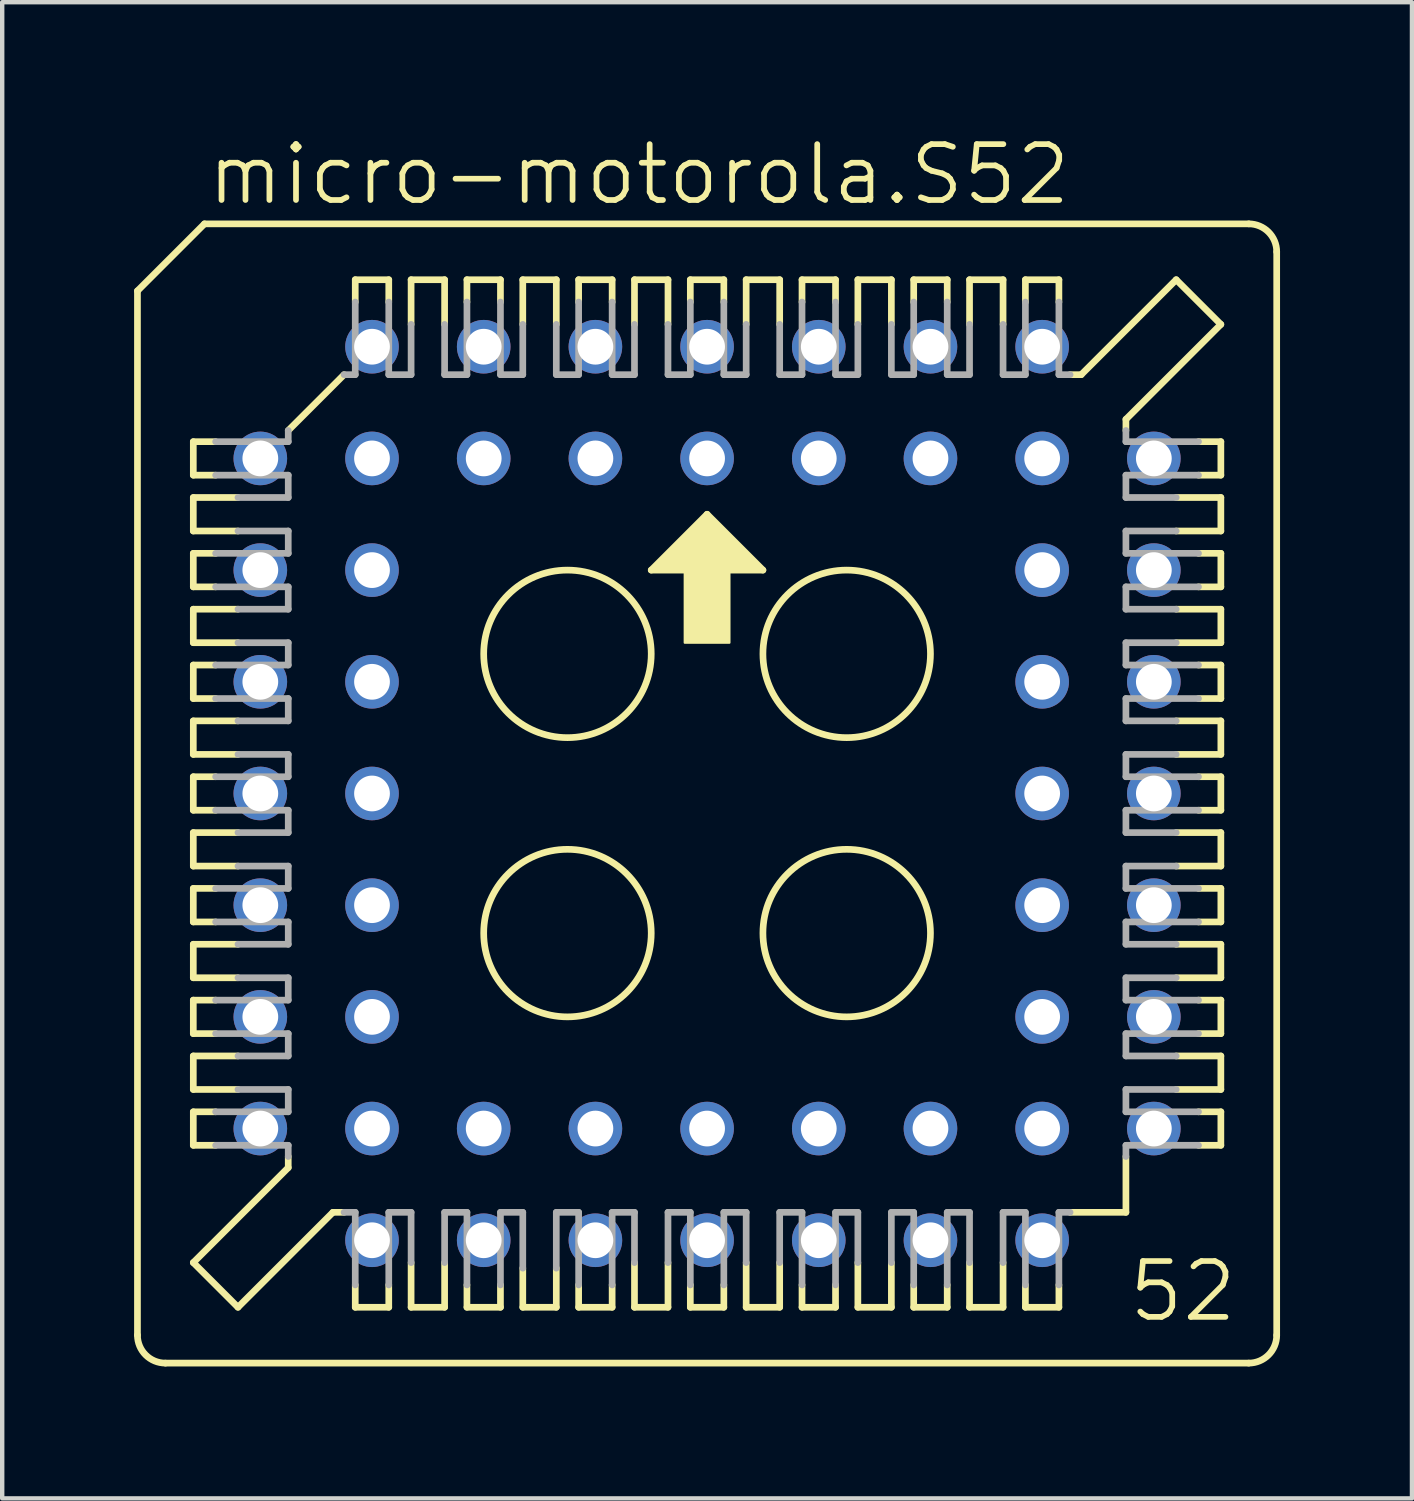
<source format=kicad_pcb>
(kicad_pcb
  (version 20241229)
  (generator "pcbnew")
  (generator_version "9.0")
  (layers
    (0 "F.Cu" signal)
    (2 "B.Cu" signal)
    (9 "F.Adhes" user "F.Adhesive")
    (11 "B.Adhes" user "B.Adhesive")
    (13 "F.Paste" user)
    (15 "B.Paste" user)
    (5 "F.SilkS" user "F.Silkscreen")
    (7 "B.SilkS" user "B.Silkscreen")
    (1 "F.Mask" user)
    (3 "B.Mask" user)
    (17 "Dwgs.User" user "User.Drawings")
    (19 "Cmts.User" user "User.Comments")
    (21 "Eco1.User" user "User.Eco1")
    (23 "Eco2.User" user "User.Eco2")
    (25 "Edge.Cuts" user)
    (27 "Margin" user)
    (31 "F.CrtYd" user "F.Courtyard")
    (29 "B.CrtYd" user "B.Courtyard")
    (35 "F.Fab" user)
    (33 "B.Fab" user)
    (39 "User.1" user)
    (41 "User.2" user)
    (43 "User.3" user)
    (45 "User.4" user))
  (footprint "micro-motorola.S52"
    (layer "F.Cu")
    (at 13.03 14.995)
    (property "Reference" "micro-motorola.S52" (at -11.43 -13.335 0) (layer "F.SilkS") (effects (font (size 1.27 1.27) (thickness 0.13)) (justify left bottom)))
    (attr through_hole)
    (fp_line (start -12.954 -11.43) (end -12.954 12.319) (stroke (width 0.152) (type default)) (layer "F.SilkS"))
    (fp_line (start -11.684 -8.001) (end -11.684 -7.239) (stroke (width 0.152) (type default)) (layer "F.SilkS"))
    (fp_line (start -11.684 -7.239) (end -11.176 -7.239) (stroke (width 0.152) (type default)) (layer "F.SilkS"))
    (fp_line (start -11.684 -6.731) (end -11.684 -5.969) (stroke (width 0.152) (type default)) (layer "F.SilkS"))
    (fp_line (start -11.684 -5.969) (end -10.668 -5.969) (stroke (width 0.152) (type default)) (layer "F.SilkS"))
    (fp_line (start -11.684 -5.461) (end -11.684 -4.699) (stroke (width 0.152) (type default)) (layer "F.SilkS"))
    (fp_line (start -11.684 -4.699) (end -11.176 -4.699) (stroke (width 0.152) (type default)) (layer "F.SilkS"))
    (fp_line (start -11.684 -4.191) (end -11.684 -3.429) (stroke (width 0.152) (type default)) (layer "F.SilkS"))
    (fp_line (start -11.684 -3.429) (end -10.668 -3.429) (stroke (width 0.152) (type default)) (layer "F.SilkS"))
    (fp_line (start -11.684 -2.921) (end -11.684 -2.159) (stroke (width 0.152) (type default)) (layer "F.SilkS"))
    (fp_line (start -11.684 -2.159) (end -11.176 -2.159) (stroke (width 0.152) (type default)) (layer "F.SilkS"))
    (fp_line (start -11.684 -1.651) (end -10.668 -1.651) (stroke (width 0.152) (type default)) (layer "F.SilkS"))
    (fp_line (start -11.684 -0.889) (end -11.684 -1.651) (stroke (width 0.152) (type default)) (layer "F.SilkS"))
    (fp_line (start -11.684 -0.381) (end -11.176 -0.381) (stroke (width 0.152) (type default)) (layer "F.SilkS"))
    (fp_line (start -11.684 0.381) (end -11.684 -0.381) (stroke (width 0.152) (type default)) (layer "F.SilkS"))
    (fp_line (start -11.684 0.889) (end -10.668 0.889) (stroke (width 0.152) (type default)) (layer "F.SilkS"))
    (fp_line (start -11.684 1.651) (end -11.684 0.889) (stroke (width 0.152) (type default)) (layer "F.SilkS"))
    (fp_line (start -11.684 2.159) (end -11.176 2.159) (stroke (width 0.152) (type default)) (layer "F.SilkS"))
    (fp_line (start -11.684 2.921) (end -11.684 2.159) (stroke (width 0.152) (type default)) (layer "F.SilkS"))
    (fp_line (start -11.684 3.429) (end -10.668 3.429) (stroke (width 0.152) (type default)) (layer "F.SilkS"))
    (fp_line (start -11.684 4.191) (end -11.684 3.429) (stroke (width 0.152) (type default)) (layer "F.SilkS"))
    (fp_line (start -11.684 4.699) (end -11.176 4.699) (stroke (width 0.152) (type default)) (layer "F.SilkS"))
    (fp_line (start -11.684 5.461) (end -11.684 4.699) (stroke (width 0.152) (type default)) (layer "F.SilkS"))
    (fp_line (start -11.684 5.969) (end -11.684 6.731) (stroke (width 0.152) (type default)) (layer "F.SilkS"))
    (fp_line (start -11.684 6.731) (end -10.668 6.731) (stroke (width 0.152) (type default)) (layer "F.SilkS"))
    (fp_line (start -11.684 7.239) (end -11.176 7.239) (stroke (width 0.152) (type default)) (layer "F.SilkS"))
    (fp_line (start -11.684 8.001) (end -11.684 7.239) (stroke (width 0.152) (type default)) (layer "F.SilkS"))
    (fp_line (start -11.684 10.668) (end -9.525 8.509) (stroke (width 0.152) (type default)) (layer "F.SilkS"))
    (fp_line (start -11.43 -12.954) (end -12.954 -11.43) (stroke (width 0.152) (type default)) (layer "F.SilkS"))
    (fp_line (start -11.176 -8.001) (end -11.684 -8.001) (stroke (width 0.152) (type default)) (layer "F.SilkS"))
    (fp_line (start -11.176 -5.461) (end -11.684 -5.461) (stroke (width 0.152) (type default)) (layer "F.SilkS"))
    (fp_line (start -11.176 -2.921) (end -11.684 -2.921) (stroke (width 0.152) (type default)) (layer "F.SilkS"))
    (fp_line (start -11.176 0.381) (end -11.684 0.381) (stroke (width 0.152) (type default)) (layer "F.SilkS"))
    (fp_line (start -11.176 2.921) (end -11.684 2.921) (stroke (width 0.152) (type default)) (layer "F.SilkS"))
    (fp_line (start -11.176 5.461) (end -11.684 5.461) (stroke (width 0.152) (type default)) (layer "F.SilkS"))
    (fp_line (start -11.176 8.001) (end -11.684 8.001) (stroke (width 0.152) (type default)) (layer "F.SilkS"))
    (fp_line (start -10.668 -6.731) (end -11.684 -6.731) (stroke (width 0.152) (type default)) (layer "F.SilkS"))
    (fp_line (start -10.668 -4.191) (end -11.684 -4.191) (stroke (width 0.152) (type default)) (layer "F.SilkS"))
    (fp_line (start -10.668 -0.889) (end -11.684 -0.889) (stroke (width 0.152) (type default)) (layer "F.SilkS"))
    (fp_line (start -10.668 1.651) (end -11.684 1.651) (stroke (width 0.152) (type default)) (layer "F.SilkS"))
    (fp_line (start -10.668 4.191) (end -11.684 4.191) (stroke (width 0.152) (type default)) (layer "F.SilkS"))
    (fp_line (start -10.668 5.969) (end -11.684 5.969) (stroke (width 0.152) (type default)) (layer "F.SilkS"))
    (fp_line (start -10.668 11.684) (end -11.684 10.668) (stroke (width 0.152) (type default)) (layer "F.SilkS"))
    (fp_line (start -10.668 11.684) (end -8.509 9.525) (stroke (width 0.152) (type default)) (layer "F.SilkS"))
    (fp_line (start -9.525 -8.255) (end -8.255 -9.525) (stroke (width 0.152) (type default)) (layer "F.SilkS"))
    (fp_line (start -9.525 8.509) (end -9.525 8.255) (stroke (width 0.152) (type default)) (layer "F.SilkS"))
    (fp_line (start -8.509 9.525) (end -8.255 9.525) (stroke (width 0.152) (type default)) (layer "F.SilkS"))
    (fp_line (start -8.001 -11.684) (end -8.001 -11.176) (stroke (width 0.152) (type default)) (layer "F.SilkS"))
    (fp_line (start -8.001 11.176) (end -8.001 11.684) (stroke (width 0.152) (type default)) (layer "F.SilkS"))
    (fp_line (start -8.001 11.684) (end -7.239 11.684) (stroke (width 0.152) (type default)) (layer "F.SilkS"))
    (fp_line (start -7.239 -11.684) (end -8.001 -11.684) (stroke (width 0.152) (type default)) (layer "F.SilkS"))
    (fp_line (start -7.239 -11.176) (end -7.239 -11.684) (stroke (width 0.152) (type default)) (layer "F.SilkS"))
    (fp_line (start -7.239 11.684) (end -7.239 11.176) (stroke (width 0.152) (type default)) (layer "F.SilkS"))
    (fp_line (start -6.731 -11.684) (end -6.731 -10.668) (stroke (width 0.152) (type default)) (layer "F.SilkS"))
    (fp_line (start -6.731 10.668) (end -6.731 11.684) (stroke (width 0.152) (type default)) (layer "F.SilkS"))
    (fp_line (start -6.731 11.684) (end -5.969 11.684) (stroke (width 0.152) (type default)) (layer "F.SilkS"))
    (fp_line (start -5.969 -11.684) (end -6.731 -11.684) (stroke (width 0.152) (type default)) (layer "F.SilkS"))
    (fp_line (start -5.969 -10.668) (end -5.969 -11.684) (stroke (width 0.152) (type default)) (layer "F.SilkS"))
    (fp_line (start -5.969 11.684) (end -5.969 10.668) (stroke (width 0.152) (type default)) (layer "F.SilkS"))
    (fp_line (start -5.461 -11.684) (end -5.461 -11.176) (stroke (width 0.152) (type default)) (layer "F.SilkS"))
    (fp_line (start -5.461 11.176) (end -5.461 11.684) (stroke (width 0.152) (type default)) (layer "F.SilkS"))
    (fp_line (start -5.461 11.684) (end -4.699 11.684) (stroke (width 0.152) (type default)) (layer "F.SilkS"))
    (fp_line (start -4.699 -11.684) (end -5.461 -11.684) (stroke (width 0.152) (type default)) (layer "F.SilkS"))
    (fp_line (start -4.699 -11.176) (end -4.699 -11.684) (stroke (width 0.152) (type default)) (layer "F.SilkS"))
    (fp_line (start -4.699 11.684) (end -4.699 11.176) (stroke (width 0.152) (type default)) (layer "F.SilkS"))
    (fp_line (start -4.191 -11.684) (end -4.191 -10.668) (stroke (width 0.152) (type default)) (layer "F.SilkS"))
    (fp_line (start -4.191 10.795) (end -4.191 11.684) (stroke (width 0.152) (type default)) (layer "F.SilkS"))
    (fp_line (start -4.191 11.684) (end -3.429 11.684) (stroke (width 0.152) (type default)) (layer "F.SilkS"))
    (fp_line (start -3.429 -11.684) (end -4.191 -11.684) (stroke (width 0.152) (type default)) (layer "F.SilkS"))
    (fp_line (start -3.429 -10.668) (end -3.429 -11.684) (stroke (width 0.152) (type default)) (layer "F.SilkS"))
    (fp_line (start -3.429 11.684) (end -3.429 10.795) (stroke (width 0.152) (type default)) (layer "F.SilkS"))
    (fp_line (start -2.921 -11.684) (end -2.921 -11.176) (stroke (width 0.152) (type default)) (layer "F.SilkS"))
    (fp_line (start -2.921 11.176) (end -2.921 11.684) (stroke (width 0.152) (type default)) (layer "F.SilkS"))
    (fp_line (start -2.921 11.684) (end -2.159 11.684) (stroke (width 0.152) (type default)) (layer "F.SilkS"))
    (fp_line (start -2.159 -11.684) (end -2.921 -11.684) (stroke (width 0.152) (type default)) (layer "F.SilkS"))
    (fp_line (start -2.159 -11.176) (end -2.159 -11.684) (stroke (width 0.152) (type default)) (layer "F.SilkS"))
    (fp_line (start -2.159 11.684) (end -2.159 11.176) (stroke (width 0.152) (type default)) (layer "F.SilkS"))
    (fp_line (start -1.651 -11.684) (end -1.651 -10.668) (stroke (width 0.152) (type default)) (layer "F.SilkS"))
    (fp_line (start -1.651 10.668) (end -1.651 11.684) (stroke (width 0.152) (type default)) (layer "F.SilkS"))
    (fp_line (start -1.651 11.684) (end -0.889 11.684) (stroke (width 0.152) (type default)) (layer "F.SilkS"))
    (fp_line (start -1.27 -5.08) (end 1.27 -5.08) (stroke (width 0.152) (type default)) (layer "F.SilkS"))
    (fp_line (start -0.889 -11.684) (end -1.651 -11.684) (stroke (width 0.152) (type default)) (layer "F.SilkS"))
    (fp_line (start -0.889 -10.668) (end -0.889 -11.684) (stroke (width 0.152) (type default)) (layer "F.SilkS"))
    (fp_line (start -0.889 11.684) (end -0.889 10.668) (stroke (width 0.152) (type default)) (layer "F.SilkS"))
    (fp_line (start -0.381 -11.684) (end -0.381 -11.176) (stroke (width 0.152) (type default)) (layer "F.SilkS"))
    (fp_line (start -0.381 11.176) (end -0.381 11.684) (stroke (width 0.152) (type default)) (layer "F.SilkS"))
    (fp_line (start -0.381 11.684) (end 0.381 11.684) (stroke (width 0.152) (type default)) (layer "F.SilkS"))
    (fp_line (start 0 -6.35) (end -1.27 -5.08) (stroke (width 0.152) (type default)) (layer "F.SilkS"))
    (fp_line (start 0.381 -11.684) (end -0.381 -11.684) (stroke (width 0.152) (type default)) (layer "F.SilkS"))
    (fp_line (start 0.381 -11.176) (end 0.381 -11.684) (stroke (width 0.152) (type default)) (layer "F.SilkS"))
    (fp_line (start 0.381 11.684) (end 0.381 11.176) (stroke (width 0.152) (type default)) (layer "F.SilkS"))
    (fp_line (start 0.889 -11.684) (end 0.889 -10.668) (stroke (width 0.152) (type default)) (layer "F.SilkS"))
    (fp_line (start 0.889 10.668) (end 0.889 11.684) (stroke (width 0.152) (type default)) (layer "F.SilkS"))
    (fp_line (start 0.889 11.684) (end 1.651 11.684) (stroke (width 0.152) (type default)) (layer "F.SilkS"))
    (fp_line (start 1.27 -5.08) (end 0 -6.35) (stroke (width 0.152) (type default)) (layer "F.SilkS"))
    (fp_line (start 1.651 -11.684) (end 0.889 -11.684) (stroke (width 0.152) (type default)) (layer "F.SilkS"))
    (fp_line (start 1.651 -10.668) (end 1.651 -11.684) (stroke (width 0.152) (type default)) (layer "F.SilkS"))
    (fp_line (start 1.651 11.684) (end 1.651 10.668) (stroke (width 0.152) (type default)) (layer "F.SilkS"))
    (fp_line (start 2.159 -11.684) (end 2.159 -11.176) (stroke (width 0.152) (type default)) (layer "F.SilkS"))
    (fp_line (start 2.159 11.176) (end 2.159 11.684) (stroke (width 0.152) (type default)) (layer "F.SilkS"))
    (fp_line (start 2.159 11.684) (end 2.921 11.684) (stroke (width 0.152) (type default)) (layer "F.SilkS"))
    (fp_line (start 2.921 -11.684) (end 2.159 -11.684) (stroke (width 0.152) (type default)) (layer "F.SilkS"))
    (fp_line (start 2.921 -11.176) (end 2.921 -11.684) (stroke (width 0.152) (type default)) (layer "F.SilkS"))
    (fp_line (start 2.921 11.684) (end 2.921 11.176) (stroke (width 0.152) (type default)) (layer "F.SilkS"))
    (fp_line (start 3.429 -11.684) (end 3.429 -10.668) (stroke (width 0.152) (type default)) (layer "F.SilkS"))
    (fp_line (start 3.429 10.668) (end 3.429 11.684) (stroke (width 0.152) (type default)) (layer "F.SilkS"))
    (fp_line (start 3.429 11.684) (end 4.191 11.684) (stroke (width 0.152) (type default)) (layer "F.SilkS"))
    (fp_line (start 4.191 -11.684) (end 3.429 -11.684) (stroke (width 0.152) (type default)) (layer "F.SilkS"))
    (fp_line (start 4.191 -10.668) (end 4.191 -11.684) (stroke (width 0.152) (type default)) (layer "F.SilkS"))
    (fp_line (start 4.191 11.684) (end 4.191 10.668) (stroke (width 0.152) (type default)) (layer "F.SilkS"))
    (fp_line (start 4.699 -11.684) (end 4.699 -11.176) (stroke (width 0.152) (type default)) (layer "F.SilkS"))
    (fp_line (start 4.699 11.176) (end 4.699 11.684) (stroke (width 0.152) (type default)) (layer "F.SilkS"))
    (fp_line (start 4.699 11.684) (end 5.461 11.684) (stroke (width 0.152) (type default)) (layer "F.SilkS"))
    (fp_line (start 5.461 -11.684) (end 4.699 -11.684) (stroke (width 0.152) (type default)) (layer "F.SilkS"))
    (fp_line (start 5.461 -11.176) (end 5.461 -11.684) (stroke (width 0.152) (type default)) (layer "F.SilkS"))
    (fp_line (start 5.461 11.684) (end 5.461 11.176) (stroke (width 0.152) (type default)) (layer "F.SilkS"))
    (fp_line (start 5.969 -11.684) (end 5.969 -10.668) (stroke (width 0.152) (type default)) (layer "F.SilkS"))
    (fp_line (start 5.969 10.668) (end 5.969 11.684) (stroke (width 0.152) (type default)) (layer "F.SilkS"))
    (fp_line (start 5.969 11.684) (end 6.731 11.684) (stroke (width 0.152) (type default)) (layer "F.SilkS"))
    (fp_line (start 6.731 -11.684) (end 5.969 -11.684) (stroke (width 0.152) (type default)) (layer "F.SilkS"))
    (fp_line (start 6.731 -10.668) (end 6.731 -11.684) (stroke (width 0.152) (type default)) (layer "F.SilkS"))
    (fp_line (start 6.731 11.684) (end 6.731 10.668) (stroke (width 0.152) (type default)) (layer "F.SilkS"))
    (fp_line (start 7.239 -11.684) (end 7.239 -11.176) (stroke (width 0.152) (type default)) (layer "F.SilkS"))
    (fp_line (start 7.239 11.176) (end 7.239 11.684) (stroke (width 0.152) (type default)) (layer "F.SilkS"))
    (fp_line (start 7.239 11.684) (end 8.001 11.684) (stroke (width 0.152) (type default)) (layer "F.SilkS"))
    (fp_line (start 8.001 -11.684) (end 7.239 -11.684) (stroke (width 0.152) (type default)) (layer "F.SilkS"))
    (fp_line (start 8.001 -11.176) (end 8.001 -11.684) (stroke (width 0.152) (type default)) (layer "F.SilkS"))
    (fp_line (start 8.001 11.684) (end 8.001 11.176) (stroke (width 0.152) (type default)) (layer "F.SilkS"))
    (fp_line (start 8.255 9.525) (end 9.525 9.525) (stroke (width 0.152) (type default)) (layer "F.SilkS"))
    (fp_line (start 8.509 -9.525) (end 8.255 -9.525) (stroke (width 0.152) (type default)) (layer "F.SilkS"))
    (fp_line (start 9.525 -8.509) (end 9.525 -8.255) (stroke (width 0.152) (type default)) (layer "F.SilkS"))
    (fp_line (start 9.525 9.525) (end 9.525 8.255) (stroke (width 0.152) (type default)) (layer "F.SilkS"))
    (fp_line (start 10.668 -11.684) (end 8.509 -9.525) (stroke (width 0.152) (type default)) (layer "F.SilkS"))
    (fp_line (start 10.668 -5.969) (end 11.684 -5.969) (stroke (width 0.152) (type default)) (layer "F.SilkS"))
    (fp_line (start 10.668 -4.191) (end 11.684 -4.191) (stroke (width 0.152) (type default)) (layer "F.SilkS"))
    (fp_line (start 10.668 -1.651) (end 11.684 -1.651) (stroke (width 0.152) (type default)) (layer "F.SilkS"))
    (fp_line (start 10.668 0.889) (end 11.684 0.889) (stroke (width 0.152) (type default)) (layer "F.SilkS"))
    (fp_line (start 10.668 4.191) (end 11.684 4.191) (stroke (width 0.152) (type default)) (layer "F.SilkS"))
    (fp_line (start 10.668 6.731) (end 11.684 6.731) (stroke (width 0.152) (type default)) (layer "F.SilkS"))
    (fp_line (start 11.176 -8.001) (end 11.684 -8.001) (stroke (width 0.152) (type default)) (layer "F.SilkS"))
    (fp_line (start 11.176 -5.461) (end 11.684 -5.461) (stroke (width 0.152) (type default)) (layer "F.SilkS"))
    (fp_line (start 11.176 -2.921) (end 11.684 -2.921) (stroke (width 0.152) (type default)) (layer "F.SilkS"))
    (fp_line (start 11.176 -0.381) (end 11.684 -0.381) (stroke (width 0.152) (type default)) (layer "F.SilkS"))
    (fp_line (start 11.176 2.921) (end 11.684 2.921) (stroke (width 0.152) (type default)) (layer "F.SilkS"))
    (fp_line (start 11.176 5.461) (end 11.684 5.461) (stroke (width 0.152) (type default)) (layer "F.SilkS"))
    (fp_line (start 11.176 8.001) (end 11.684 8.001) (stroke (width 0.152) (type default)) (layer "F.SilkS"))
    (fp_line (start 11.684 -10.668) (end 9.525 -8.509) (stroke (width 0.152) (type default)) (layer "F.SilkS"))
    (fp_line (start 11.684 -10.668) (end 10.668 -11.684) (stroke (width 0.152) (type default)) (layer "F.SilkS"))
    (fp_line (start 11.684 -8.001) (end 11.684 -7.239) (stroke (width 0.152) (type default)) (layer "F.SilkS"))
    (fp_line (start 11.684 -7.239) (end 11.176 -7.239) (stroke (width 0.152) (type default)) (layer "F.SilkS"))
    (fp_line (start 11.684 -6.731) (end 10.668 -6.731) (stroke (width 0.152) (type default)) (layer "F.SilkS"))
    (fp_line (start 11.684 -5.969) (end 11.684 -6.731) (stroke (width 0.152) (type default)) (layer "F.SilkS"))
    (fp_line (start 11.684 -5.461) (end 11.684 -4.699) (stroke (width 0.152) (type default)) (layer "F.SilkS"))
    (fp_line (start 11.684 -4.699) (end 11.176 -4.699) (stroke (width 0.152) (type default)) (layer "F.SilkS"))
    (fp_line (start 11.684 -4.191) (end 11.684 -3.429) (stroke (width 0.152) (type default)) (layer "F.SilkS"))
    (fp_line (start 11.684 -3.429) (end 10.668 -3.429) (stroke (width 0.152) (type default)) (layer "F.SilkS"))
    (fp_line (start 11.684 -2.921) (end 11.684 -2.159) (stroke (width 0.152) (type default)) (layer "F.SilkS"))
    (fp_line (start 11.684 -2.159) (end 11.176 -2.159) (stroke (width 0.152) (type default)) (layer "F.SilkS"))
    (fp_line (start 11.684 -1.651) (end 11.684 -0.889) (stroke (width 0.152) (type default)) (layer "F.SilkS"))
    (fp_line (start 11.684 -0.889) (end 10.668 -0.889) (stroke (width 0.152) (type default)) (layer "F.SilkS"))
    (fp_line (start 11.684 -0.381) (end 11.684 0.381) (stroke (width 0.152) (type default)) (layer "F.SilkS"))
    (fp_line (start 11.684 0.381) (end 11.176 0.381) (stroke (width 0.152) (type default)) (layer "F.SilkS"))
    (fp_line (start 11.684 0.889) (end 11.684 1.651) (stroke (width 0.152) (type default)) (layer "F.SilkS"))
    (fp_line (start 11.684 1.651) (end 10.668 1.651) (stroke (width 0.152) (type default)) (layer "F.SilkS"))
    (fp_line (start 11.684 2.159) (end 11.176 2.159) (stroke (width 0.152) (type default)) (layer "F.SilkS"))
    (fp_line (start 11.684 2.921) (end 11.684 2.159) (stroke (width 0.152) (type default)) (layer "F.SilkS"))
    (fp_line (start 11.684 3.429) (end 10.668 3.429) (stroke (width 0.152) (type default)) (layer "F.SilkS"))
    (fp_line (start 11.684 4.191) (end 11.684 3.429) (stroke (width 0.152) (type default)) (layer "F.SilkS"))
    (fp_line (start 11.684 4.699) (end 11.176 4.699) (stroke (width 0.152) (type default)) (layer "F.SilkS"))
    (fp_line (start 11.684 5.461) (end 11.684 4.699) (stroke (width 0.152) (type default)) (layer "F.SilkS"))
    (fp_line (start 11.684 5.969) (end 10.668 5.969) (stroke (width 0.152) (type default)) (layer "F.SilkS"))
    (fp_line (start 11.684 6.731) (end 11.684 5.969) (stroke (width 0.152) (type default)) (layer "F.SilkS"))
    (fp_line (start 11.684 7.239) (end 11.176 7.239) (stroke (width 0.152) (type default)) (layer "F.SilkS"))
    (fp_line (start 11.684 8.001) (end 11.684 7.239) (stroke (width 0.152) (type default)) (layer "F.SilkS"))
    (fp_line (start 12.319 -12.954) (end -11.43 -12.954) (stroke (width 0.152) (type default)) (layer "F.SilkS"))
    (fp_line (start 12.319 12.954) (end -12.319 12.954) (stroke (width 0.152) (type default)) (layer "F.SilkS"))
    (fp_line (start 12.954 -12.319) (end 12.954 12.319) (stroke (width 0.152) (type default)) (layer "F.SilkS"))
    (fp_rect (start -1.143 -5.08) (end -0.889 -5.207) (stroke (width 0.05) (type default)) (fill yes) (layer "F.SilkS"))
    (fp_rect (start -1.016 -5.207) (end -0.889 -5.334) (stroke (width 0.05) (type default)) (fill yes) (layer "F.SilkS"))
    (fp_rect (start -0.889 -5.08) (end 0.889 -5.461) (stroke (width 0.05) (type default)) (fill yes) (layer "F.SilkS"))
    (fp_rect (start -0.762 -5.461) (end -0.635 -5.588) (stroke (width 0.05) (type default)) (fill yes) (layer "F.SilkS"))
    (fp_rect (start -0.635 -5.461) (end 0.635 -5.715) (stroke (width 0.05) (type default)) (fill yes) (layer "F.SilkS"))
    (fp_rect (start -0.508 -5.715) (end -0.381 -5.842) (stroke (width 0.05) (type default)) (fill yes) (layer "F.SilkS"))
    (fp_rect (start -0.508 -3.429) (end 0.508 -5.334) (stroke (width 0.05) (type default)) (fill yes) (layer "F.SilkS"))
    (fp_rect (start -0.381 -5.715) (end 0.381 -5.969) (stroke (width 0.05) (type default)) (fill yes) (layer "F.SilkS"))
    (fp_rect (start -0.254 -5.969) (end -0.127 -6.096) (stroke (width 0.05) (type default)) (fill yes) (layer "F.SilkS"))
    (fp_rect (start -0.127 -5.969) (end 0.127 -6.223) (stroke (width 0.05) (type default)) (fill yes) (layer "F.SilkS"))
    (fp_rect (start 0.127 -5.969) (end 0.254 -6.096) (stroke (width 0.05) (type default)) (fill yes) (layer "F.SilkS"))
    (fp_rect (start 0.381 -5.715) (end 0.508 -5.842) (stroke (width 0.05) (type default)) (fill yes) (layer "F.SilkS"))
    (fp_rect (start 0.635 -5.461) (end 0.762 -5.588) (stroke (width 0.05) (type default)) (fill yes) (layer "F.SilkS"))
    (fp_rect (start 0.889 -5.207) (end 1.016 -5.334) (stroke (width 0.05) (type default)) (fill yes) (layer "F.SilkS"))
    (fp_rect (start 0.889 -5.08) (end 1.143 -5.207) (stroke (width 0.05) (type default)) (fill yes) (layer "F.SilkS"))
    (fp_arc (start -12.319 12.954) (mid -12.768013 12.768013) (end -12.954 12.319) (stroke (width 0.1524) (type default)) (layer "F.SilkS"))
    (fp_arc (start 12.319 -12.954) (mid 12.768013 -12.768013) (end 12.954 -12.319) (stroke (width 0.1524) (type default)) (layer "F.SilkS"))
    (fp_arc (start 12.954 12.319) (mid 12.768013 12.768013) (end 12.319 12.954) (stroke (width 0.1524) (type default)) (layer "F.SilkS"))
    (fp_circle (center -3.175 -3.175) (end -1.27 -3.175) (stroke (width 0.152) (type default)) (fill no) (layer "F.SilkS"))
    (fp_circle (center -3.175 3.175) (end -1.27 3.175) (stroke (width 0.152) (type default)) (fill no) (layer "F.SilkS"))
    (fp_circle (center 3.175 -3.175) (end 5.08 -3.175) (stroke (width 0.152) (type default)) (fill no) (layer "F.SilkS"))
    (fp_circle (center 3.175 3.175) (end 5.08 3.175) (stroke (width 0.152) (type default)) (fill no) (layer "F.SilkS"))
    (fp_line (start -11.176 -8.001) (end -9.525 -8.001) (stroke (width 0.152) (type default)) (layer "F.Fab"))
    (fp_line (start -11.176 -5.461) (end -9.525 -5.461) (stroke (width 0.152) (type default)) (layer "F.Fab"))
    (fp_line (start -11.176 -2.921) (end -9.525 -2.921) (stroke (width 0.152) (type default)) (layer "F.Fab"))
    (fp_line (start -11.176 0.381) (end -9.525 0.381) (stroke (width 0.152) (type default)) (layer "F.Fab"))
    (fp_line (start -11.176 2.921) (end -9.525 2.921) (stroke (width 0.152) (type default)) (layer "F.Fab"))
    (fp_line (start -11.176 5.461) (end -9.525 5.461) (stroke (width 0.152) (type default)) (layer "F.Fab"))
    (fp_line (start -11.176 8.001) (end -9.525 8.001) (stroke (width 0.152) (type default)) (layer "F.Fab"))
    (fp_line (start -10.668 -6.731) (end -9.525 -6.731) (stroke (width 0.152) (type default)) (layer "F.Fab"))
    (fp_line (start -10.668 -4.191) (end -9.525 -4.191) (stroke (width 0.152) (type default)) (layer "F.Fab"))
    (fp_line (start -10.668 -0.889) (end -9.525 -0.889) (stroke (width 0.152) (type default)) (layer "F.Fab"))
    (fp_line (start -10.668 1.651) (end -9.525 1.651) (stroke (width 0.152) (type default)) (layer "F.Fab"))
    (fp_line (start -10.668 4.191) (end -9.525 4.191) (stroke (width 0.152) (type default)) (layer "F.Fab"))
    (fp_line (start -10.668 5.969) (end -9.525 5.969) (stroke (width 0.152) (type default)) (layer "F.Fab"))
    (fp_line (start -9.525 -8.001) (end -9.525 -8.255) (stroke (width 0.152) (type default)) (layer "F.Fab"))
    (fp_line (start -9.525 -7.239) (end -11.176 -7.239) (stroke (width 0.152) (type default)) (layer "F.Fab"))
    (fp_line (start -9.525 -7.239) (end -9.525 -6.731) (stroke (width 0.152) (type default)) (layer "F.Fab"))
    (fp_line (start -9.525 -5.969) (end -10.668 -5.969) (stroke (width 0.152) (type default)) (layer "F.Fab"))
    (fp_line (start -9.525 -5.969) (end -9.525 -5.461) (stroke (width 0.152) (type default)) (layer "F.Fab"))
    (fp_line (start -9.525 -4.699) (end -11.176 -4.699) (stroke (width 0.152) (type default)) (layer "F.Fab"))
    (fp_line (start -9.525 -4.699) (end -9.525 -4.191) (stroke (width 0.152) (type default)) (layer "F.Fab"))
    (fp_line (start -9.525 -3.429) (end -10.668 -3.429) (stroke (width 0.152) (type default)) (layer "F.Fab"))
    (fp_line (start -9.525 -3.429) (end -9.525 -2.921) (stroke (width 0.152) (type default)) (layer "F.Fab"))
    (fp_line (start -9.525 -2.159) (end -11.176 -2.159) (stroke (width 0.152) (type default)) (layer "F.Fab"))
    (fp_line (start -9.525 -2.159) (end -9.525 -1.651) (stroke (width 0.152) (type default)) (layer "F.Fab"))
    (fp_line (start -9.525 -1.651) (end -10.668 -1.651) (stroke (width 0.152) (type default)) (layer "F.Fab"))
    (fp_line (start -9.525 -0.381) (end -11.176 -0.381) (stroke (width 0.152) (type default)) (layer "F.Fab"))
    (fp_line (start -9.525 -0.381) (end -9.525 -0.889) (stroke (width 0.152) (type default)) (layer "F.Fab"))
    (fp_line (start -9.525 0.889) (end -10.668 0.889) (stroke (width 0.152) (type default)) (layer "F.Fab"))
    (fp_line (start -9.525 0.889) (end -9.525 0.381) (stroke (width 0.152) (type default)) (layer "F.Fab"))
    (fp_line (start -9.525 2.159) (end -11.176 2.159) (stroke (width 0.152) (type default)) (layer "F.Fab"))
    (fp_line (start -9.525 2.159) (end -9.525 1.651) (stroke (width 0.152) (type default)) (layer "F.Fab"))
    (fp_line (start -9.525 3.429) (end -10.668 3.429) (stroke (width 0.152) (type default)) (layer "F.Fab"))
    (fp_line (start -9.525 3.429) (end -9.525 2.921) (stroke (width 0.152) (type default)) (layer "F.Fab"))
    (fp_line (start -9.525 4.699) (end -11.176 4.699) (stroke (width 0.152) (type default)) (layer "F.Fab"))
    (fp_line (start -9.525 4.699) (end -9.525 4.191) (stroke (width 0.152) (type default)) (layer "F.Fab"))
    (fp_line (start -9.525 5.461) (end -9.525 5.969) (stroke (width 0.152) (type default)) (layer "F.Fab"))
    (fp_line (start -9.525 6.731) (end -10.668 6.731) (stroke (width 0.152) (type default)) (layer "F.Fab"))
    (fp_line (start -9.525 6.731) (end -9.525 7.239) (stroke (width 0.152) (type default)) (layer "F.Fab"))
    (fp_line (start -9.525 7.239) (end -11.176 7.239) (stroke (width 0.152) (type default)) (layer "F.Fab"))
    (fp_line (start -9.525 8.001) (end -9.525 8.255) (stroke (width 0.152) (type default)) (layer "F.Fab"))
    (fp_line (start -8.255 -9.525) (end -8.001 -9.525) (stroke (width 0.152) (type default)) (layer "F.Fab"))
    (fp_line (start -8.001 -9.525) (end -8.001 -11.176) (stroke (width 0.152) (type default)) (layer "F.Fab"))
    (fp_line (start -8.001 9.525) (end -8.255 9.525) (stroke (width 0.152) (type default)) (layer "F.Fab"))
    (fp_line (start -8.001 11.176) (end -8.001 9.525) (stroke (width 0.152) (type default)) (layer "F.Fab"))
    (fp_line (start -7.239 -11.176) (end -7.239 -9.525) (stroke (width 0.152) (type default)) (layer "F.Fab"))
    (fp_line (start -7.239 9.525) (end -7.239 11.176) (stroke (width 0.152) (type default)) (layer "F.Fab"))
    (fp_line (start -7.239 9.525) (end -6.731 9.525) (stroke (width 0.152) (type default)) (layer "F.Fab"))
    (fp_line (start -6.731 -9.525) (end -7.239 -9.525) (stroke (width 0.152) (type default)) (layer "F.Fab"))
    (fp_line (start -6.731 -9.525) (end -6.731 -10.668) (stroke (width 0.152) (type default)) (layer "F.Fab"))
    (fp_line (start -6.731 10.668) (end -6.731 9.525) (stroke (width 0.152) (type default)) (layer "F.Fab"))
    (fp_line (start -5.969 -10.668) (end -5.969 -9.525) (stroke (width 0.152) (type default)) (layer "F.Fab"))
    (fp_line (start -5.969 9.525) (end -5.969 10.668) (stroke (width 0.152) (type default)) (layer "F.Fab"))
    (fp_line (start -5.969 9.525) (end -5.461 9.525) (stroke (width 0.152) (type default)) (layer "F.Fab"))
    (fp_line (start -5.461 -9.525) (end -5.969 -9.525) (stroke (width 0.152) (type default)) (layer "F.Fab"))
    (fp_line (start -5.461 -9.525) (end -5.461 -11.176) (stroke (width 0.152) (type default)) (layer "F.Fab"))
    (fp_line (start -5.461 11.176) (end -5.461 9.525) (stroke (width 0.152) (type default)) (layer "F.Fab"))
    (fp_line (start -4.699 -11.176) (end -4.699 -9.525) (stroke (width 0.152) (type default)) (layer "F.Fab"))
    (fp_line (start -4.699 9.525) (end -4.699 11.176) (stroke (width 0.152) (type default)) (layer "F.Fab"))
    (fp_line (start -4.699 9.525) (end -4.191 9.525) (stroke (width 0.152) (type default)) (layer "F.Fab"))
    (fp_line (start -4.191 -9.525) (end -4.699 -9.525) (stroke (width 0.152) (type default)) (layer "F.Fab"))
    (fp_line (start -4.191 -9.525) (end -4.191 -10.668) (stroke (width 0.152) (type default)) (layer "F.Fab"))
    (fp_line (start -4.191 10.795) (end -4.191 9.525) (stroke (width 0.152) (type default)) (layer "F.Fab"))
    (fp_line (start -3.429 -10.668) (end -3.429 -9.525) (stroke (width 0.152) (type default)) (layer "F.Fab"))
    (fp_line (start -3.429 9.525) (end -3.429 10.795) (stroke (width 0.152) (type default)) (layer "F.Fab"))
    (fp_line (start -3.429 9.525) (end -2.921 9.525) (stroke (width 0.152) (type default)) (layer "F.Fab"))
    (fp_line (start -2.921 -9.525) (end -3.429 -9.525) (stroke (width 0.152) (type default)) (layer "F.Fab"))
    (fp_line (start -2.921 -9.525) (end -2.921 -11.176) (stroke (width 0.152) (type default)) (layer "F.Fab"))
    (fp_line (start -2.921 11.176) (end -2.921 9.525) (stroke (width 0.152) (type default)) (layer "F.Fab"))
    (fp_line (start -2.159 -11.176) (end -2.159 -9.525) (stroke (width 0.152) (type default)) (layer "F.Fab"))
    (fp_line (start -2.159 9.525) (end -2.159 11.176) (stroke (width 0.152) (type default)) (layer "F.Fab"))
    (fp_line (start -2.159 9.525) (end -1.651 9.525) (stroke (width 0.152) (type default)) (layer "F.Fab"))
    (fp_line (start -1.651 -9.525) (end -2.159 -9.525) (stroke (width 0.152) (type default)) (layer "F.Fab"))
    (fp_line (start -1.651 -9.525) (end -1.651 -10.668) (stroke (width 0.152) (type default)) (layer "F.Fab"))
    (fp_line (start -1.651 10.668) (end -1.651 9.525) (stroke (width 0.152) (type default)) (layer "F.Fab"))
    (fp_line (start -0.889 -10.668) (end -0.889 -9.525) (stroke (width 0.152) (type default)) (layer "F.Fab"))
    (fp_line (start -0.889 9.525) (end -0.889 10.668) (stroke (width 0.152) (type default)) (layer "F.Fab"))
    (fp_line (start -0.889 9.525) (end -0.381 9.525) (stroke (width 0.152) (type default)) (layer "F.Fab"))
    (fp_line (start -0.381 -9.525) (end -0.889 -9.525) (stroke (width 0.152) (type default)) (layer "F.Fab"))
    (fp_line (start -0.381 -9.525) (end -0.381 -11.176) (stroke (width 0.152) (type default)) (layer "F.Fab"))
    (fp_line (start -0.381 11.176) (end -0.381 9.525) (stroke (width 0.152) (type default)) (layer "F.Fab"))
    (fp_line (start 0.381 -11.176) (end 0.381 -9.525) (stroke (width 0.152) (type default)) (layer "F.Fab"))
    (fp_line (start 0.381 9.525) (end 0.381 11.176) (stroke (width 0.152) (type default)) (layer "F.Fab"))
    (fp_line (start 0.381 9.525) (end 0.889 9.525) (stroke (width 0.152) (type default)) (layer "F.Fab"))
    (fp_line (start 0.889 -9.525) (end 0.381 -9.525) (stroke (width 0.152) (type default)) (layer "F.Fab"))
    (fp_line (start 0.889 -9.525) (end 0.889 -10.668) (stroke (width 0.152) (type default)) (layer "F.Fab"))
    (fp_line (start 0.889 10.668) (end 0.889 9.525) (stroke (width 0.152) (type default)) (layer "F.Fab"))
    (fp_line (start 1.651 -10.668) (end 1.651 -9.525) (stroke (width 0.152) (type default)) (layer "F.Fab"))
    (fp_line (start 1.651 9.525) (end 1.651 10.668) (stroke (width 0.152) (type default)) (layer "F.Fab"))
    (fp_line (start 1.651 9.525) (end 2.159 9.525) (stroke (width 0.152) (type default)) (layer "F.Fab"))
    (fp_line (start 2.159 -9.525) (end 1.651 -9.525) (stroke (width 0.152) (type default)) (layer "F.Fab"))
    (fp_line (start 2.159 -9.525) (end 2.159 -11.176) (stroke (width 0.152) (type default)) (layer "F.Fab"))
    (fp_line (start 2.159 11.176) (end 2.159 9.525) (stroke (width 0.152) (type default)) (layer "F.Fab"))
    (fp_line (start 2.921 -11.176) (end 2.921 -9.525) (stroke (width 0.152) (type default)) (layer "F.Fab"))
    (fp_line (start 2.921 9.525) (end 2.921 11.176) (stroke (width 0.152) (type default)) (layer "F.Fab"))
    (fp_line (start 2.921 9.525) (end 3.429 9.525) (stroke (width 0.152) (type default)) (layer "F.Fab"))
    (fp_line (start 3.429 -9.525) (end 2.921 -9.525) (stroke (width 0.152) (type default)) (layer "F.Fab"))
    (fp_line (start 3.429 -9.525) (end 3.429 -10.668) (stroke (width 0.152) (type default)) (layer "F.Fab"))
    (fp_line (start 3.429 10.668) (end 3.429 9.525) (stroke (width 0.152) (type default)) (layer "F.Fab"))
    (fp_line (start 4.191 -10.668) (end 4.191 -9.525) (stroke (width 0.152) (type default)) (layer "F.Fab"))
    (fp_line (start 4.191 9.525) (end 4.191 10.668) (stroke (width 0.152) (type default)) (layer "F.Fab"))
    (fp_line (start 4.191 9.525) (end 4.699 9.525) (stroke (width 0.152) (type default)) (layer "F.Fab"))
    (fp_line (start 4.699 -9.525) (end 4.191 -9.525) (stroke (width 0.152) (type default)) (layer "F.Fab"))
    (fp_line (start 4.699 -9.525) (end 4.699 -11.176) (stroke (width 0.152) (type default)) (layer "F.Fab"))
    (fp_line (start 4.699 11.176) (end 4.699 9.525) (stroke (width 0.152) (type default)) (layer "F.Fab"))
    (fp_line (start 5.461 -11.176) (end 5.461 -9.525) (stroke (width 0.152) (type default)) (layer "F.Fab"))
    (fp_line (start 5.461 9.525) (end 5.461 11.176) (stroke (width 0.152) (type default)) (layer "F.Fab"))
    (fp_line (start 5.461 9.525) (end 5.969 9.525) (stroke (width 0.152) (type default)) (layer "F.Fab"))
    (fp_line (start 5.969 -9.525) (end 5.461 -9.525) (stroke (width 0.152) (type default)) (layer "F.Fab"))
    (fp_line (start 5.969 -9.525) (end 5.969 -10.668) (stroke (width 0.152) (type default)) (layer "F.Fab"))
    (fp_line (start 5.969 10.668) (end 5.969 9.525) (stroke (width 0.152) (type default)) (layer "F.Fab"))
    (fp_line (start 6.731 -10.668) (end 6.731 -9.525) (stroke (width 0.152) (type default)) (layer "F.Fab"))
    (fp_line (start 6.731 9.525) (end 6.731 10.668) (stroke (width 0.152) (type default)) (layer "F.Fab"))
    (fp_line (start 6.731 9.525) (end 7.239 9.525) (stroke (width 0.152) (type default)) (layer "F.Fab"))
    (fp_line (start 7.239 -9.525) (end 6.731 -9.525) (stroke (width 0.152) (type default)) (layer "F.Fab"))
    (fp_line (start 7.239 -9.525) (end 7.239 -11.176) (stroke (width 0.152) (type default)) (layer "F.Fab"))
    (fp_line (start 7.239 11.176) (end 7.239 9.525) (stroke (width 0.152) (type default)) (layer "F.Fab"))
    (fp_line (start 8.001 -11.176) (end 8.001 -9.525) (stroke (width 0.152) (type default)) (layer "F.Fab"))
    (fp_line (start 8.001 -9.525) (end 8.255 -9.525) (stroke (width 0.152) (type default)) (layer "F.Fab"))
    (fp_line (start 8.001 9.525) (end 8.001 11.176) (stroke (width 0.152) (type default)) (layer "F.Fab"))
    (fp_line (start 8.255 9.525) (end 8.001 9.525) (stroke (width 0.152) (type default)) (layer "F.Fab"))
    (fp_line (start 9.525 -8.001) (end 9.525 -8.255) (stroke (width 0.152) (type default)) (layer "F.Fab"))
    (fp_line (start 9.525 -7.239) (end 11.176 -7.239) (stroke (width 0.152) (type default)) (layer "F.Fab"))
    (fp_line (start 9.525 -6.731) (end 9.525 -7.239) (stroke (width 0.152) (type default)) (layer "F.Fab"))
    (fp_line (start 9.525 -6.731) (end 10.668 -6.731) (stroke (width 0.152) (type default)) (layer "F.Fab"))
    (fp_line (start 9.525 -5.461) (end 9.525 -5.969) (stroke (width 0.152) (type default)) (layer "F.Fab"))
    (fp_line (start 9.525 -4.699) (end 9.525 -4.191) (stroke (width 0.152) (type default)) (layer "F.Fab"))
    (fp_line (start 9.525 -4.699) (end 11.176 -4.699) (stroke (width 0.152) (type default)) (layer "F.Fab"))
    (fp_line (start 9.525 -3.429) (end 9.525 -2.921) (stroke (width 0.152) (type default)) (layer "F.Fab"))
    (fp_line (start 9.525 -3.429) (end 10.668 -3.429) (stroke (width 0.152) (type default)) (layer "F.Fab"))
    (fp_line (start 9.525 -2.159) (end 9.525 -1.651) (stroke (width 0.152) (type default)) (layer "F.Fab"))
    (fp_line (start 9.525 -2.159) (end 11.176 -2.159) (stroke (width 0.152) (type default)) (layer "F.Fab"))
    (fp_line (start 9.525 -0.889) (end 9.525 -0.381) (stroke (width 0.152) (type default)) (layer "F.Fab"))
    (fp_line (start 9.525 -0.889) (end 10.668 -0.889) (stroke (width 0.152) (type default)) (layer "F.Fab"))
    (fp_line (start 9.525 0.381) (end 9.525 0.889) (stroke (width 0.152) (type default)) (layer "F.Fab"))
    (fp_line (start 9.525 0.381) (end 11.176 0.381) (stroke (width 0.152) (type default)) (layer "F.Fab"))
    (fp_line (start 9.525 1.651) (end 9.525 2.159) (stroke (width 0.152) (type default)) (layer "F.Fab"))
    (fp_line (start 9.525 1.651) (end 10.668 1.651) (stroke (width 0.152) (type default)) (layer "F.Fab"))
    (fp_line (start 9.525 2.159) (end 11.176 2.159) (stroke (width 0.152) (type default)) (layer "F.Fab"))
    (fp_line (start 9.525 3.429) (end 9.525 2.921) (stroke (width 0.152) (type default)) (layer "F.Fab"))
    (fp_line (start 9.525 3.429) (end 10.668 3.429) (stroke (width 0.152) (type default)) (layer "F.Fab"))
    (fp_line (start 9.525 4.699) (end 9.525 4.191) (stroke (width 0.152) (type default)) (layer "F.Fab"))
    (fp_line (start 9.525 4.699) (end 11.176 4.699) (stroke (width 0.152) (type default)) (layer "F.Fab"))
    (fp_line (start 9.525 5.969) (end 9.525 5.461) (stroke (width 0.152) (type default)) (layer "F.Fab"))
    (fp_line (start 9.525 5.969) (end 10.668 5.969) (stroke (width 0.152) (type default)) (layer "F.Fab"))
    (fp_line (start 9.525 7.239) (end 9.525 6.731) (stroke (width 0.152) (type default)) (layer "F.Fab"))
    (fp_line (start 9.525 7.239) (end 11.176 7.239) (stroke (width 0.152) (type default)) (layer "F.Fab"))
    (fp_line (start 9.525 8.001) (end 9.525 8.255) (stroke (width 0.152) (type default)) (layer "F.Fab"))
    (fp_line (start 10.668 -5.969) (end 9.525 -5.969) (stroke (width 0.152) (type default)) (layer "F.Fab"))
    (fp_line (start 10.668 -4.191) (end 9.525 -4.191) (stroke (width 0.152) (type default)) (layer "F.Fab"))
    (fp_line (start 10.668 -1.651) (end 9.525 -1.651) (stroke (width 0.152) (type default)) (layer "F.Fab"))
    (fp_line (start 10.668 0.889) (end 9.525 0.889) (stroke (width 0.152) (type default)) (layer "F.Fab"))
    (fp_line (start 10.668 4.191) (end 9.525 4.191) (stroke (width 0.152) (type default)) (layer "F.Fab"))
    (fp_line (start 10.668 6.731) (end 9.525 6.731) (stroke (width 0.152) (type default)) (layer "F.Fab"))
    (fp_line (start 11.176 -8.001) (end 9.525 -8.001) (stroke (width 0.152) (type default)) (layer "F.Fab"))
    (fp_line (start 11.176 -5.461) (end 9.525 -5.461) (stroke (width 0.152) (type default)) (layer "F.Fab"))
    (fp_line (start 11.176 -2.921) (end 9.525 -2.921) (stroke (width 0.152) (type default)) (layer "F.Fab"))
    (fp_line (start 11.176 -0.381) (end 9.525 -0.381) (stroke (width 0.152) (type default)) (layer "F.Fab"))
    (fp_line (start 11.176 2.921) (end 9.525 2.921) (stroke (width 0.152) (type default)) (layer "F.Fab"))
    (fp_line (start 11.176 5.461) (end 9.525 5.461) (stroke (width 0.152) (type default)) (layer "F.Fab"))
    (fp_line (start 11.176 8.001) (end 9.525 8.001) (stroke (width 0.152) (type default)) (layer "F.Fab"))
    (fp_text user "52" (at 9.525 12.065 0) (layer "F.SilkS") (effects (font (size 1.27 1.27) (thickness 0.13)) (justify left bottom)))
    (pad "1" thru_hole circle (at 0 -10.16) (size 1.219 1.219) (drill 0.813) (layers "*.Cu" "*.Mask"))
    (pad "2" thru_hole circle (at 0 -7.62) (size 1.219 1.219) (drill 0.813) (layers "*.Cu" "*.Mask"))
    (pad "3" thru_hole circle (at -2.54 -10.16) (size 1.219 1.219) (drill 0.813) (layers "*.Cu" "*.Mask"))
    (pad "4" thru_hole circle (at -2.54 -7.62) (size 1.219 1.219) (drill 0.813) (layers "*.Cu" "*.Mask"))
    (pad "5" thru_hole circle (at -5.08 -10.16) (size 1.219 1.219) (drill 0.813) (layers "*.Cu" "*.Mask"))
    (pad "6" thru_hole circle (at -5.08 -7.62) (size 1.219 1.219) (drill 0.813) (layers "*.Cu" "*.Mask"))
    (pad "7" thru_hole circle (at -7.62 -10.16) (size 1.219 1.219) (drill 0.813) (layers "*.Cu" "*.Mask"))
    (pad "8" thru_hole circle (at -10.16 -7.62) (size 1.219 1.219) (drill 0.813) (layers "*.Cu" "*.Mask"))
    (pad "9" thru_hole circle (at -7.62 -7.62) (size 1.219 1.219) (drill 0.813) (layers "*.Cu" "*.Mask"))
    (pad "10" thru_hole circle (at -10.16 -5.08) (size 1.219 1.219) (drill 0.813) (layers "*.Cu" "*.Mask"))
    (pad "11" thru_hole circle (at -7.62 -5.08) (size 1.219 1.219) (drill 0.813) (layers "*.Cu" "*.Mask"))
    (pad "12" thru_hole circle (at -10.16 -2.54) (size 1.219 1.219) (drill 0.813) (layers "*.Cu" "*.Mask"))
    (pad "13" thru_hole circle (at -7.62 -2.54) (size 1.219 1.219) (drill 0.813) (layers "*.Cu" "*.Mask"))
    (pad "14" thru_hole circle (at -10.16 0) (size 1.219 1.219) (drill 0.813) (layers "*.Cu" "*.Mask"))
    (pad "15" thru_hole circle (at -7.62 0) (size 1.219 1.219) (drill 0.813) (layers "*.Cu" "*.Mask"))
    (pad "16" thru_hole circle (at -10.16 2.54) (size 1.219 1.219) (drill 0.813) (layers "*.Cu" "*.Mask"))
    (pad "17" thru_hole circle (at -7.62 2.54) (size 1.219 1.219) (drill 0.813) (layers "*.Cu" "*.Mask"))
    (pad "18" thru_hole circle (at -10.16 5.08) (size 1.219 1.219) (drill 0.813) (layers "*.Cu" "*.Mask"))
    (pad "19" thru_hole circle (at -7.62 5.08) (size 1.219 1.219) (drill 0.813) (layers "*.Cu" "*.Mask"))
    (pad "20" thru_hole circle (at -10.16 7.62) (size 1.219 1.219) (drill 0.813) (layers "*.Cu" "*.Mask"))
    (pad "21" thru_hole circle (at -7.62 10.16) (size 1.219 1.219) (drill 0.813) (layers "*.Cu" "*.Mask"))
    (pad "22" thru_hole circle (at -7.62 7.62) (size 1.219 1.219) (drill 0.813) (layers "*.Cu" "*.Mask"))
    (pad "23" thru_hole circle (at -5.08 10.16) (size 1.219 1.219) (drill 0.813) (layers "*.Cu" "*.Mask"))
    (pad "24" thru_hole circle (at -5.08 7.62) (size 1.219 1.219) (drill 0.813) (layers "*.Cu" "*.Mask"))
    (pad "25" thru_hole circle (at -2.54 10.16) (size 1.219 1.219) (drill 0.813) (layers "*.Cu" "*.Mask"))
    (pad "26" thru_hole circle (at -2.54 7.62) (size 1.219 1.219) (drill 0.813) (layers "*.Cu" "*.Mask"))
    (pad "27" thru_hole circle (at 0 10.16) (size 1.219 1.219) (drill 0.813) (layers "*.Cu" "*.Mask"))
    (pad "28" thru_hole circle (at 0 7.62) (size 1.219 1.219) (drill 0.813) (layers "*.Cu" "*.Mask"))
    (pad "29" thru_hole circle (at 2.54 10.16) (size 1.219 1.219) (drill 0.813) (layers "*.Cu" "*.Mask"))
    (pad "30" thru_hole circle (at 2.54 7.62) (size 1.219 1.219) (drill 0.813) (layers "*.Cu" "*.Mask"))
    (pad "31" thru_hole circle (at 5.08 10.16) (size 1.219 1.219) (drill 0.813) (layers "*.Cu" "*.Mask"))
    (pad "32" thru_hole circle (at 5.08 7.62) (size 1.219 1.219) (drill 0.813) (layers "*.Cu" "*.Mask"))
    (pad "33" thru_hole circle (at 7.62 10.16) (size 1.219 1.219) (drill 0.813) (layers "*.Cu" "*.Mask"))
    (pad "34" thru_hole circle (at 10.16 7.62) (size 1.219 1.219) (drill 0.813) (layers "*.Cu" "*.Mask"))
    (pad "35" thru_hole circle (at 7.62 7.62) (size 1.219 1.219) (drill 0.813) (layers "*.Cu" "*.Mask"))
    (pad "36" thru_hole circle (at 10.16 5.08) (size 1.219 1.219) (drill 0.813) (layers "*.Cu" "*.Mask"))
    (pad "37" thru_hole circle (at 7.62 5.08) (size 1.219 1.219) (drill 0.813) (layers "*.Cu" "*.Mask"))
    (pad "38" thru_hole circle (at 10.16 2.54) (size 1.219 1.219) (drill 0.813) (layers "*.Cu" "*.Mask"))
    (pad "39" thru_hole circle (at 7.62 2.54) (size 1.219 1.219) (drill 0.813) (layers "*.Cu" "*.Mask"))
    (pad "40" thru_hole circle (at 10.16 0) (size 1.219 1.219) (drill 0.813) (layers "*.Cu" "*.Mask"))
    (pad "41" thru_hole circle (at 7.62 0) (size 1.219 1.219) (drill 0.813) (layers "*.Cu" "*.Mask"))
    (pad "42" thru_hole circle (at 10.16 -2.54) (size 1.219 1.219) (drill 0.813) (layers "*.Cu" "*.Mask"))
    (pad "43" thru_hole circle (at 7.62 -2.54) (size 1.219 1.219) (drill 0.813) (layers "*.Cu" "*.Mask"))
    (pad "44" thru_hole circle (at 10.16 -5.08) (size 1.219 1.219) (drill 0.813) (layers "*.Cu" "*.Mask"))
    (pad "45" thru_hole circle (at 7.62 -5.08) (size 1.219 1.219) (drill 0.813) (layers "*.Cu" "*.Mask"))
    (pad "46" thru_hole circle (at 10.16 -7.62) (size 1.219 1.219) (drill 0.813) (layers "*.Cu" "*.Mask"))
    (pad "47" thru_hole circle (at 7.62 -10.16) (size 1.219 1.219) (drill 0.813) (layers "*.Cu" "*.Mask"))
    (pad "48" thru_hole circle (at 7.62 -7.62) (size 1.219 1.219) (drill 0.813) (layers "*.Cu" "*.Mask"))
    (pad "49" thru_hole circle (at 5.08 -10.16) (size 1.219 1.219) (drill 0.813) (layers "*.Cu" "*.Mask"))
    (pad "50" thru_hole circle (at 5.08 -7.62) (size 1.219 1.219) (drill 0.813) (layers "*.Cu" "*.Mask"))
    (pad "51" thru_hole circle (at 2.54 -10.16) (size 1.219 1.219) (drill 0.813) (layers "*.Cu" "*.Mask"))
    (pad "52" thru_hole circle (at 2.54 -7.62) (size 1.219 1.219) (drill 0.813) (layers "*.Cu" "*.Mask")))
  (gr_rect
    (start -3 -3)
    (end 29.06 31.025)
    (stroke (width 0.1) (type default))
    (fill no)
    (layer "Edge.Cuts")))
</source>
